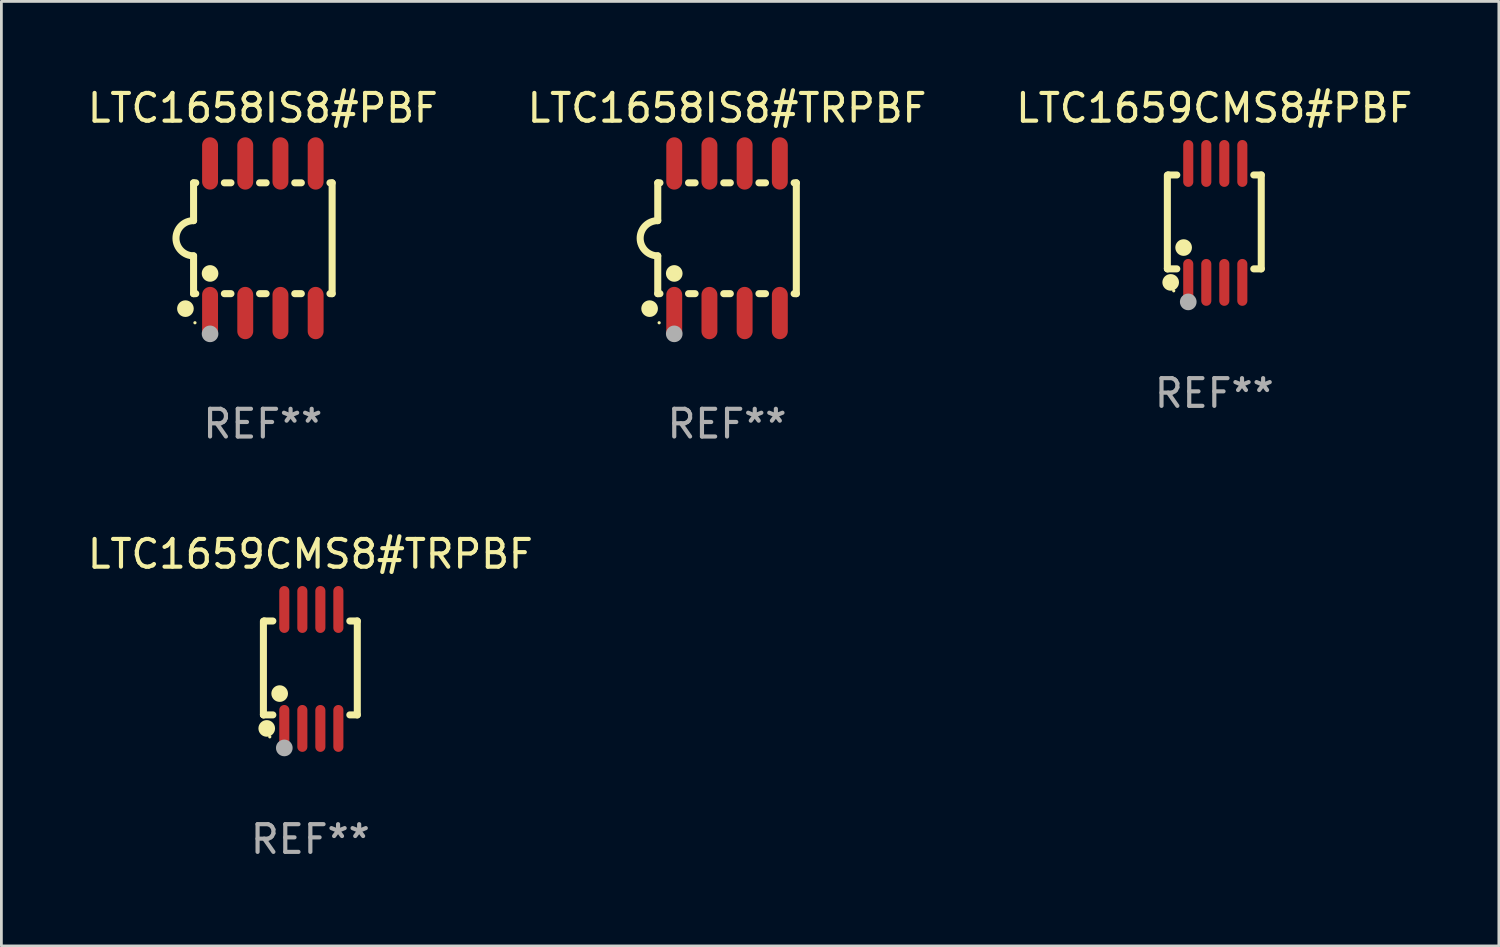
<source format=kicad_pcb>
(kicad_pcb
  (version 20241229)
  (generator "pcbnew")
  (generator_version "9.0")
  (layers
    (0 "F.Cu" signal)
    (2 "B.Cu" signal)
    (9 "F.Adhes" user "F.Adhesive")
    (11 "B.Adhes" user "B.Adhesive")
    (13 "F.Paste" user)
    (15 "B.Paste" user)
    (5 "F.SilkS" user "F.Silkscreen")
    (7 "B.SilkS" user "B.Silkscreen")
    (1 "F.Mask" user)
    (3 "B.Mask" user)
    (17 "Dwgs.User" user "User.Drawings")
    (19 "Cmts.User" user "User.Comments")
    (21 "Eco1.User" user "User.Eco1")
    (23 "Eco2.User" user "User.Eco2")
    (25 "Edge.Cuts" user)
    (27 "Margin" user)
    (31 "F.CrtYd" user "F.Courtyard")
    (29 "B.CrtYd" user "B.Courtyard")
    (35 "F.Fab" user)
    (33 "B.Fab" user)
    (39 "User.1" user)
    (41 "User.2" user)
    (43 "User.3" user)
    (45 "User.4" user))
  (footprint "LTC1659CMS8#TRPBF"
    (layer "F.Cu")
    (at 8.149 21.089)
    (property "Reference" "LTC1659CMS8#TRPBF" (at 0 -4.146 0) (layer "F.SilkS") (effects (font (size 1 1) (thickness 0.15))))
    (attr through_hole)
    (fp_line (start -1.694 -1.724) (end -1.694 1.652) (stroke (width 0.254) (type solid)) (layer "F.SilkS"))
    (fp_line (start -1.694 1.652) (end -1.688 1.658) (stroke (width 0.254) (type solid)) (layer "F.SilkS"))
    (fp_line (start -1.688 1.658) (end -1.353 1.658) (stroke (width 0.254) (type solid)) (layer "F.SilkS"))
    (fp_line (start -1.661 -1.73) (end -1.681 -1.71) (stroke (width 0.254) (type solid)) (layer "F.SilkS"))
    (fp_line (start -1.353 -1.73) (end -1.661 -1.73) (stroke (width 0.254) (type solid)) (layer "F.SilkS"))
    (fp_line (start 1.424 1.658) (end 1.694 1.658) (stroke (width 0.254) (type solid)) (layer "F.SilkS"))
    (fp_line (start 1.694 -1.73) (end 1.424 -1.73) (stroke (width 0.254) (type solid)) (layer "F.SilkS"))
    (fp_line (start 1.694 1.658) (end 1.694 -1.73) (stroke (width 0.254) (type solid)) (layer "F.SilkS"))
    (fp_circle (center -1.574 2.146) (end -1.424 2.146) (stroke (width 0.3) (type solid)) (fill no) (layer "F.SilkS"))
    (fp_circle (center -1.464 2.45) (end -1.434 2.45) (stroke (width 0.06) (type solid)) (fill no) (layer "F.SilkS"))
    (fp_circle (center -1.107 0.889) (end -0.957 0.889) (stroke (width 0.3) (type solid)) (fill no) (layer "F.SilkS"))
    (fp_circle (center -0.94 2.85) (end -0.789 2.85) (stroke (width 0.3) (type solid)) (fill no) (layer "F.Fab"))
    (fp_text user "REF**" (at 0 6.146 0) (layer "F.Fab") (effects (font (size 1 1) (thickness 0.15))))
    (pad "1" smd oval (at -0.94 2.146) (size 0.364 1.692) (layers "F.Cu" "F.Mask" "F.Paste"))
    (pad "2" smd oval (at -0.289 2.146) (size 0.364 1.692) (layers "F.Cu" "F.Mask" "F.Paste"))
    (pad "3" smd oval (at 0.361 2.146) (size 0.364 1.692) (layers "F.Cu" "F.Mask" "F.Paste"))
    (pad "4" smd oval (at 1.011 2.146) (size 0.364 1.692) (layers "F.Cu" "F.Mask" "F.Paste"))
    (pad "5" smd oval (at 1.011 -2.146) (size 0.364 1.692) (layers "F.Cu" "F.Mask" "F.Paste"))
    (pad "6" smd oval (at 0.361 -2.146) (size 0.364 1.692) (layers "F.Cu" "F.Mask" "F.Paste"))
    (pad "7" smd oval (at -0.289 -2.146) (size 0.364 1.692) (layers "F.Cu" "F.Mask" "F.Paste"))
    (pad "8" smd oval (at -0.94 -2.146) (size 0.364 1.692) (layers "F.Cu" "F.Mask" "F.Paste")))
  (footprint "LTC1658IS8#TRPBF"
    (layer "F.Cu")
    (at 23.185 5.547)
    (property "Reference" "LTC1658IS8#TRPBF" (at 0 -4.699 0) (layer "F.SilkS") (effects (font (size 1 1) (thickness 0.15))))
    (attr through_hole)
    (fp_line (start -2.5 -2) (end -2.5 -0.635) (stroke (width 0.254) (type solid)) (layer "F.SilkS"))
    (fp_line (start -2.5 -2) (end -2.421 -2) (stroke (width 0.254) (type solid)) (layer "F.SilkS"))
    (fp_line (start -2.5 2) (end -2.5 0.635) (stroke (width 0.254) (type solid)) (layer "F.SilkS"))
    (fp_line (start -2.5 2) (end -2.421 2) (stroke (width 0.254) (type solid)) (layer "F.SilkS"))
    (fp_line (start -1.389 -2) (end -1.151 -2) (stroke (width 0.254) (type solid)) (layer "F.SilkS"))
    (fp_line (start -1.389 2) (end -1.151 2) (stroke (width 0.254) (type solid)) (layer "F.SilkS"))
    (fp_line (start -0.119 -2) (end 0.119 -2) (stroke (width 0.254) (type solid)) (layer "F.SilkS"))
    (fp_line (start -0.119 2) (end 0.119 2) (stroke (width 0.254) (type solid)) (layer "F.SilkS"))
    (fp_line (start 1.151 -2) (end 1.389 -2) (stroke (width 0.254) (type solid)) (layer "F.SilkS"))
    (fp_line (start 1.151 2) (end 1.389 2) (stroke (width 0.254) (type solid)) (layer "F.SilkS"))
    (fp_line (start 2.421 -2) (end 2.5 -2) (stroke (width 0.254) (type solid)) (layer "F.SilkS"))
    (fp_line (start 2.421 2) (end 2.5 2) (stroke (width 0.254) (type solid)) (layer "F.SilkS"))
    (fp_line (start 2.5 -2) (end 2.5 2) (stroke (width 0.254) (type solid)) (layer "F.SilkS"))
    (fp_arc (start -2.5 0.635001) (mid -3.134366 -0.000318) (end -2.499365 -0.635001) (stroke (width 0.254001) (type solid)) (layer "F.SilkS"))
    (fp_circle (center -2.794 2.54) (end -2.644 2.54) (stroke (width 0.3) (type solid)) (fill no) (layer "F.SilkS"))
    (fp_circle (center -2.45 3.05) (end -2.42 3.05) (stroke (width 0.06) (type solid)) (fill no) (layer "F.SilkS"))
    (fp_circle (center -1.905 1.27) (end -1.755 1.27) (stroke (width 0.3) (type solid)) (fill no) (layer "F.SilkS"))
    (fp_circle (center -1.905 3.45) (end -1.755 3.45) (stroke (width 0.3) (type solid)) (fill no) (layer "F.Fab"))
    (fp_text user "REF**" (at 0 6.699 0) (layer "F.Fab") (effects (font (size 1 1) (thickness 0.15))))
    (pad "1" smd oval (at -1.905 2.699) (size 0.574 1.888) (layers "F.Cu" "F.Mask" "F.Paste"))
    (pad "2" smd oval (at -0.635 2.699) (size 0.574 1.888) (layers "F.Cu" "F.Mask" "F.Paste"))
    (pad "3" smd oval (at 0.635 2.699) (size 0.574 1.888) (layers "F.Cu" "F.Mask" "F.Paste"))
    (pad "4" smd oval (at 1.905 2.699) (size 0.574 1.888) (layers "F.Cu" "F.Mask" "F.Paste"))
    (pad "5" smd oval (at 1.905 -2.699) (size 0.574 1.888) (layers "F.Cu" "F.Mask" "F.Paste"))
    (pad "6" smd oval (at 0.635 -2.699) (size 0.574 1.888) (layers "F.Cu" "F.Mask" "F.Paste"))
    (pad "7" smd oval (at -0.635 -2.699) (size 0.574 1.888) (layers "F.Cu" "F.Mask" "F.Paste"))
    (pad "8" smd oval (at -1.905 -2.699) (size 0.574 1.888) (layers "F.Cu" "F.Mask" "F.Paste")))
  (footprint "LTC1659CMS8#PBF"
    (layer "F.Cu")
    (at 40.768 4.994)
    (property "Reference" "LTC1659CMS8#PBF" (at 0 -4.146 0) (layer "F.SilkS") (effects (font (size 1 1) (thickness 0.15))))
    (attr through_hole)
    (fp_line (start -1.694 -1.724) (end -1.694 1.652) (stroke (width 0.254) (type solid)) (layer "F.SilkS"))
    (fp_line (start -1.694 1.652) (end -1.688 1.658) (stroke (width 0.254) (type solid)) (layer "F.SilkS"))
    (fp_line (start -1.688 1.658) (end -1.353 1.658) (stroke (width 0.254) (type solid)) (layer "F.SilkS"))
    (fp_line (start -1.661 -1.73) (end -1.681 -1.71) (stroke (width 0.254) (type solid)) (layer "F.SilkS"))
    (fp_line (start -1.353 -1.73) (end -1.661 -1.73) (stroke (width 0.254) (type solid)) (layer "F.SilkS"))
    (fp_line (start 1.424 1.658) (end 1.694 1.658) (stroke (width 0.254) (type solid)) (layer "F.SilkS"))
    (fp_line (start 1.694 -1.73) (end 1.424 -1.73) (stroke (width 0.254) (type solid)) (layer "F.SilkS"))
    (fp_line (start 1.694 1.658) (end 1.694 -1.73) (stroke (width 0.254) (type solid)) (layer "F.SilkS"))
    (fp_circle (center -1.574 2.146) (end -1.424 2.146) (stroke (width 0.3) (type solid)) (fill no) (layer "F.SilkS"))
    (fp_circle (center -1.464 2.45) (end -1.434 2.45) (stroke (width 0.06) (type solid)) (fill no) (layer "F.SilkS"))
    (fp_circle (center -1.107 0.889) (end -0.957 0.889) (stroke (width 0.3) (type solid)) (fill no) (layer "F.SilkS"))
    (fp_circle (center -0.94 2.85) (end -0.789 2.85) (stroke (width 0.3) (type solid)) (fill no) (layer "F.Fab"))
    (fp_text user "REF**" (at 0 6.146 0) (layer "F.Fab") (effects (font (size 1 1) (thickness 0.15))))
    (pad "1" smd oval (at -0.94 2.146) (size 0.364 1.692) (layers "F.Cu" "F.Mask" "F.Paste"))
    (pad "2" smd oval (at -0.289 2.146) (size 0.364 1.692) (layers "F.Cu" "F.Mask" "F.Paste"))
    (pad "3" smd oval (at 0.361 2.146) (size 0.364 1.692) (layers "F.Cu" "F.Mask" "F.Paste"))
    (pad "4" smd oval (at 1.011 2.146) (size 0.364 1.692) (layers "F.Cu" "F.Mask" "F.Paste"))
    (pad "5" smd oval (at 1.011 -2.146) (size 0.364 1.692) (layers "F.Cu" "F.Mask" "F.Paste"))
    (pad "6" smd oval (at 0.361 -2.146) (size 0.364 1.692) (layers "F.Cu" "F.Mask" "F.Paste"))
    (pad "7" smd oval (at -0.289 -2.146) (size 0.364 1.692) (layers "F.Cu" "F.Mask" "F.Paste"))
    (pad "8" smd oval (at -0.94 -2.146) (size 0.364 1.692) (layers "F.Cu" "F.Mask" "F.Paste")))
  (footprint "LTC1658IS8#PBF"
    (layer "F.Cu")
    (at 6.435 5.547)
    (property "Reference" "LTC1658IS8#PBF" (at 0 -4.699 0) (layer "F.SilkS") (effects (font (size 1 1) (thickness 0.15))))
    (attr through_hole)
    (fp_line (start -2.5 -2) (end -2.5 -0.635) (stroke (width 0.254) (type solid)) (layer "F.SilkS"))
    (fp_line (start -2.5 -2) (end -2.421 -2) (stroke (width 0.254) (type solid)) (layer "F.SilkS"))
    (fp_line (start -2.5 2) (end -2.5 0.635) (stroke (width 0.254) (type solid)) (layer "F.SilkS"))
    (fp_line (start -2.5 2) (end -2.421 2) (stroke (width 0.254) (type solid)) (layer "F.SilkS"))
    (fp_line (start -1.389 -2) (end -1.151 -2) (stroke (width 0.254) (type solid)) (layer "F.SilkS"))
    (fp_line (start -1.389 2) (end -1.151 2) (stroke (width 0.254) (type solid)) (layer "F.SilkS"))
    (fp_line (start -0.119 -2) (end 0.119 -2) (stroke (width 0.254) (type solid)) (layer "F.SilkS"))
    (fp_line (start -0.119 2) (end 0.119 2) (stroke (width 0.254) (type solid)) (layer "F.SilkS"))
    (fp_line (start 1.151 -2) (end 1.389 -2) (stroke (width 0.254) (type solid)) (layer "F.SilkS"))
    (fp_line (start 1.151 2) (end 1.389 2) (stroke (width 0.254) (type solid)) (layer "F.SilkS"))
    (fp_line (start 2.421 -2) (end 2.5 -2) (stroke (width 0.254) (type solid)) (layer "F.SilkS"))
    (fp_line (start 2.421 2) (end 2.5 2) (stroke (width 0.254) (type solid)) (layer "F.SilkS"))
    (fp_line (start 2.5 -2) (end 2.5 2) (stroke (width 0.254) (type solid)) (layer "F.SilkS"))
    (fp_arc (start -2.5 0.635001) (mid -3.134366 -0.000318) (end -2.499365 -0.635001) (stroke (width 0.254001) (type solid)) (layer "F.SilkS"))
    (fp_circle (center -2.794 2.54) (end -2.644 2.54) (stroke (width 0.3) (type solid)) (fill no) (layer "F.SilkS"))
    (fp_circle (center -2.45 3.05) (end -2.42 3.05) (stroke (width 0.06) (type solid)) (fill no) (layer "F.SilkS"))
    (fp_circle (center -1.905 1.27) (end -1.755 1.27) (stroke (width 0.3) (type solid)) (fill no) (layer "F.SilkS"))
    (fp_circle (center -1.905 3.45) (end -1.755 3.45) (stroke (width 0.3) (type solid)) (fill no) (layer "F.Fab"))
    (fp_text user "REF**" (at 0 6.699 0) (layer "F.Fab") (effects (font (size 1 1) (thickness 0.15))))
    (pad "1" smd oval (at -1.905 2.699) (size 0.574 1.888) (layers "F.Cu" "F.Mask" "F.Paste"))
    (pad "2" smd oval (at -0.635 2.699) (size 0.574 1.888) (layers "F.Cu" "F.Mask" "F.Paste"))
    (pad "3" smd oval (at 0.635 2.699) (size 0.574 1.888) (layers "F.Cu" "F.Mask" "F.Paste"))
    (pad "4" smd oval (at 1.905 2.699) (size 0.574 1.888) (layers "F.Cu" "F.Mask" "F.Paste"))
    (pad "5" smd oval (at 1.905 -2.699) (size 0.574 1.888) (layers "F.Cu" "F.Mask" "F.Paste"))
    (pad "6" smd oval (at 0.635 -2.699) (size 0.574 1.888) (layers "F.Cu" "F.Mask" "F.Paste"))
    (pad "7" smd oval (at -0.635 -2.699) (size 0.574 1.888) (layers "F.Cu" "F.Mask" "F.Paste"))
    (pad "8" smd oval (at -1.905 -2.699) (size 0.574 1.888) (layers "F.Cu" "F.Mask" "F.Paste")))
  (gr_rect
    (start -3 -3)
    (end 51.036 31.083)
    (stroke (width 0.1) (type default))
    (fill no)
    (layer "Edge.Cuts")))
</source>
